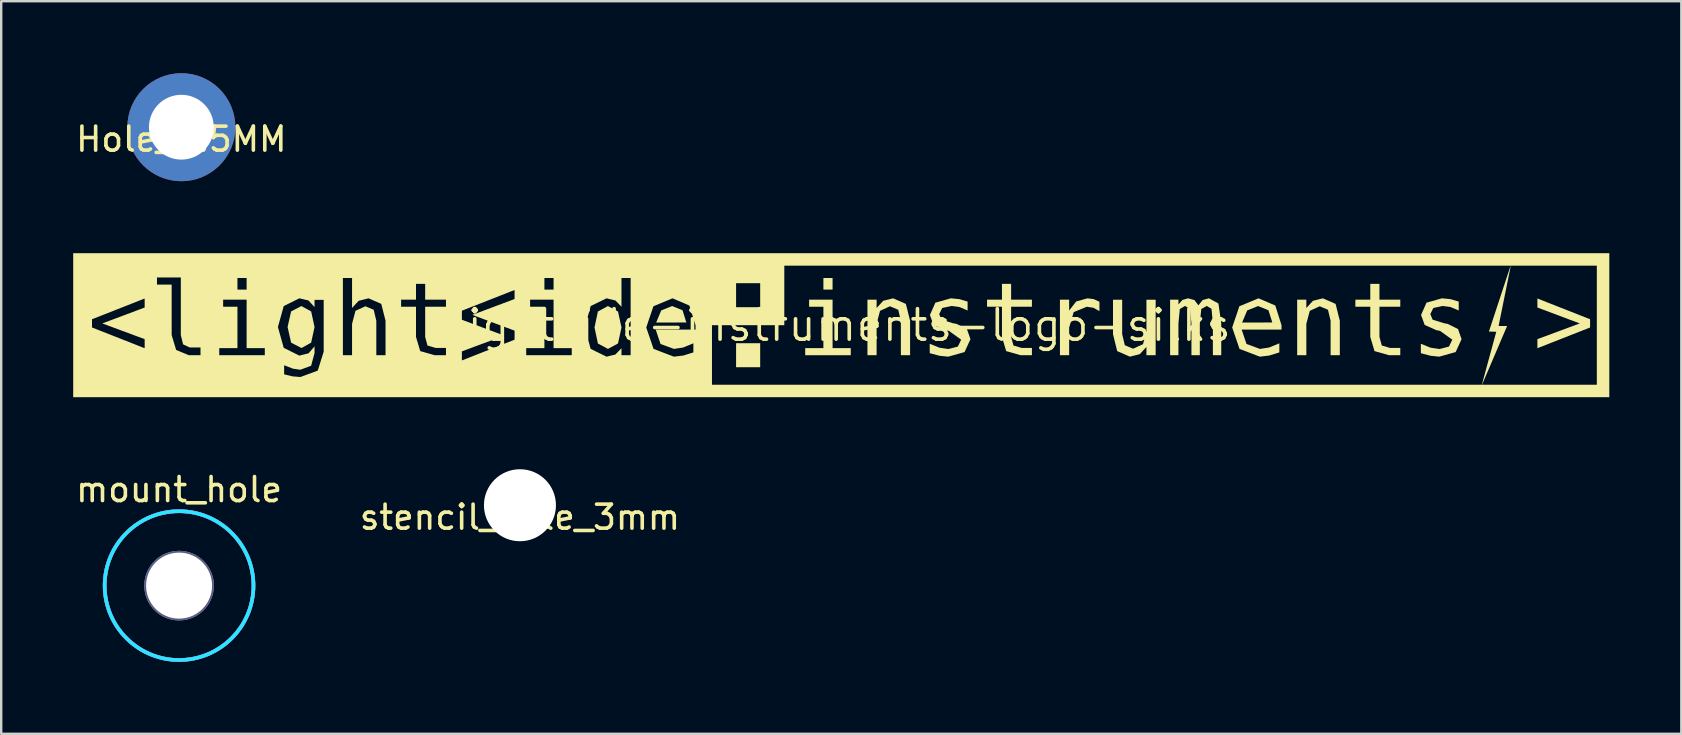
<source format=kicad_pcb>
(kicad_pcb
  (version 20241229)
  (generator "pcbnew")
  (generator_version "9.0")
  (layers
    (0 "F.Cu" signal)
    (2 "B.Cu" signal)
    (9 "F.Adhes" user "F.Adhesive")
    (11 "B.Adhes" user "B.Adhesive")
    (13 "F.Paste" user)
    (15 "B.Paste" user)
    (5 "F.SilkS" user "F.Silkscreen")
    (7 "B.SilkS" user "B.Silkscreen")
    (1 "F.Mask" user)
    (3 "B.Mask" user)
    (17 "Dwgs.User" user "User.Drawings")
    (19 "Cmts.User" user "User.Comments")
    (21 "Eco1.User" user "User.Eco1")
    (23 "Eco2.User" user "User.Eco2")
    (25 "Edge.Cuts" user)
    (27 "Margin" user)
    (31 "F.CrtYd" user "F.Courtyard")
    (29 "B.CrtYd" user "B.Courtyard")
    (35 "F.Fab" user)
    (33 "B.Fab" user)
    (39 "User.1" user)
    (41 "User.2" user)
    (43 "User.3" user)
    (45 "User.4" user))
  (footprint "lightside-instruments-logo-silks"
    (layer "F.Cu")
    (at 32 10.5)
    (property "Reference" "lightside-instruments-logo-silks" (at 0 0 0) (layer "F.SilkS") (effects (font (size 1.27 1.27) (thickness 0.15))))
    (attr smd)
    (fp_poly (pts (xy -4.382 0.75) (xy -4.382 1.75) (xy -3.378 1.75) (xy -3.378 0.75) (xy -4.382 0.75)) (stroke (width 0) (type solid)) (fill yes) (layer "F.SilkS"))
    (fp_poly (pts (xy -0.744 -1.967) (xy -0.744 -1.485) (xy -0.362 -1.485) (xy -0.362 -1.967) (xy -0.744 -1.967)) (stroke (width 0) (type solid)) (fill yes) (layer "F.SilkS"))
    (fp_poly (pts (xy -7.045 -0.799) (xy -7.5 -0.617) (xy -7.712 -0.112) (xy -6.454 -0.114) (xy -6.613 -0.623) (xy -7.045 -0.799)) (stroke (width 0) (type solid)) (fill yes) (layer "F.SilkS"))
    (fp_poly (pts (xy 29.004 -1.113) (xy 29.004 -0.737) (xy 30.769 -0.075) (xy 29.004 0.58) (xy 29.004 0.958) (xy 31.199 0.094) (xy 31.199 -0.249) (xy 29.004 -1.113)) (stroke (width 0) (type solid)) (fill yes) (layer "F.SilkS"))
    (fp_poly (pts (xy -22.494 -0.799) (xy -22.921 -0.575) (xy -23.068 0.074) (xy -22.921 0.727) (xy -22.489 0.95) (xy -22.086 0.725) (xy -21.945 0.074) (xy -22.086 -0.575) (xy -22.494 -0.799)) (stroke (width 0) (type solid)) (fill yes) (layer "F.SilkS"))
    (fp_poly (pts (xy -9.721 -0.799) (xy -10.139 -0.573) (xy -10.28 0.094) (xy -10.139 0.762) (xy -9.721 0.987) (xy -9.302 0.76) (xy -9.156 0.094) (xy -9.302 -0.571) (xy -9.721 -0.799)) (stroke (width 0) (type solid)) (fill yes) (layer "F.SilkS"))
    (fp_poly (pts (xy -1.34 -1.065) (xy -1.34 -0.77) (xy -0.744 -0.77) (xy -0.744 0.954) (xy -1.502 0.954) (xy -1.502 1.25) (xy 0.396 1.25) (xy 0.396 0.954) (xy -0.362 0.954) (xy -0.362 -1.065) (xy -1.34 -1.065)) (stroke (width 0) (type solid)) (fill yes) (layer "F.SilkS"))
    (fp_poly (pts (xy 10.259 -1.121) (xy 9.788 -0.989) (xy 9.495 -0.613) (xy 9.495 -1.065) (xy 9.111 -1.065) (xy 9.111 1.25) (xy 9.495 1.25) (xy 9.495 0.098) (xy 9.684 -0.546) (xy 10.23 -0.77) (xy 10.508 -0.726) (xy 10.757 -0.588) (xy 10.757 -0.976) (xy 10.523 -1.086) (xy 10.259 -1.121)) (stroke (width 0) (type solid)) (fill yes) (layer "F.SilkS"))
    (fp_poly (pts (xy 2.162 -1.121) (xy 1.749 -1.018) (xy 1.473 -0.718) (xy 1.473 -1.065) (xy 1.091 -1.065) (xy 1.091 1.25) (xy 1.473 1.25) (xy 1.473 -0.059) (xy 1.616 -0.6) (xy 2.029 -0.79) (xy 2.374 -0.644) (xy 2.484 -0.185) (xy 2.484 1.25) (xy 2.868 1.25) (xy 2.868 -0.185) (xy 2.692 -0.888) (xy 2.162 -1.121)) (stroke (width 0) (type solid)) (fill yes) (layer "F.SilkS"))
    (fp_poly (pts (xy 11.322 -1.061) (xy 11.322 0.373) (xy 11.496 1.078) (xy 12.028 1.31) (xy 12.437 1.206) (xy 12.715 0.903) (xy 12.715 1.25) (xy 13.099 1.25) (xy 13.099 -1.061) (xy 12.715 -1.061) (xy 12.715 0.247) (xy 12.572 0.791) (xy 12.159 0.979) (xy 11.814 0.832) (xy 11.704 0.373) (xy 11.704 -1.061) (xy 11.322 -1.061)) (stroke (width 0) (type solid)) (fill yes) (layer "F.SilkS"))
    (fp_poly (pts (xy 20.066 -1.121) (xy 19.654 -1.018) (xy 19.377 -0.718) (xy 19.377 -1.065) (xy 18.995 -1.065) (xy 18.995 1.25) (xy 19.377 1.25) (xy 19.377 -0.059) (xy 19.521 -0.6) (xy 19.934 -0.79) (xy 20.278 -0.644) (xy 20.388 -0.185) (xy 20.388 1.25) (xy 20.772 1.25) (xy 20.772 -0.185) (xy 20.596 -0.888) (xy 20.066 -1.121)) (stroke (width 0) (type solid)) (fill yes) (layer "F.SilkS"))
    (fp_poly (pts (xy 6.695 -1.723) (xy 6.695 -1.065) (xy 6.074 -1.065) (xy 6.074 -0.77) (xy 6.695 -0.77) (xy 6.695 0.487) (xy 6.871 1.078) (xy 7.477 1.25) (xy 7.944 1.25) (xy 7.944 0.946) (xy 7.515 0.946) (xy 7.174 0.845) (xy 7.077 0.487) (xy 7.077 -0.77) (xy 7.944 -0.77) (xy 7.944 -1.065) (xy 7.077 -1.065) (xy 7.077 -1.723) (xy 6.695 -1.723)) (stroke (width 0) (type solid)) (fill yes) (layer "F.SilkS"))
    (fp_poly (pts (xy 22.041 -1.723) (xy 22.041 -1.065) (xy 21.42 -1.065) (xy 21.42 -0.77) (xy 22.041 -0.77) (xy 22.041 0.487) (xy 22.217 1.078) (xy 22.823 1.25) (xy 23.291 1.25) (xy 23.291 0.946) (xy 22.861 0.946) (xy 22.521 0.845) (xy 22.423 0.487) (xy 22.423 -0.77) (xy 23.291 -0.77) (xy 23.291 -1.065) (xy 22.423 -1.065) (xy 22.423 -1.723) (xy 22.041 -1.723)) (stroke (width 0) (type solid)) (fill yes) (layer "F.SilkS"))
    (fp_poly (pts (xy 17.384 -1.121) (xy 17.367 -0.799) (xy 17.799 -0.623) (xy 17.959 -0.114) (xy 16.701 -0.112) (xy 16.913 -0.617) (xy 17.367 -0.799) (xy 17.384 -1.121) (xy 16.587 -0.79) (xy 16.288 0.094) (xy 16.593 0.987) (xy 17.44 1.31) (xy 17.83 1.264) (xy 18.252 1.132) (xy 18.252 0.754) (xy 17.826 0.929) (xy 17.444 0.987) (xy 16.884 0.781) (xy 16.687 0.196) (xy 16.687 0.183) (xy 18.342 0.183) (xy 18.342 -0.003) (xy 18.084 -0.821) (xy 17.384 -1.121)) (stroke (width 0) (type solid)) (fill yes) (layer "F.SilkS"))
    (fp_poly (pts (xy 14.453 -1.121) (xy 14.218 -1.055) (xy 14.048 -0.867) (xy 14.048 -1.065) (xy 13.701 -1.065) (xy 13.701 1.25) (xy 14.048 1.25) (xy 14.048 -0.075) (xy 14.106 -0.675) (xy 14.318 -0.803) (xy 14.53 -0.687) (xy 14.59 -0.075) (xy 14.59 1.25) (xy 14.939 1.25) (xy 14.939 -0.075) (xy 14.999 -0.675) (xy 15.227 -0.803) (xy 15.426 -0.683) (xy 15.483 -0.075) (xy 15.483 1.25) (xy 15.832 1.25) (xy 15.832 -0.092) (xy 15.715 -0.904) (xy 15.321 -1.121) (xy 15.057 -1.049) (xy 14.879 -0.83) (xy 14.714 -1.049) (xy 14.453 -1.121)) (stroke (width 0) (type solid)) (fill yes) (layer "F.SilkS"))
    (fp_poly (pts (xy 4.567 -1.121) (xy 3.921 -0.939) (xy 3.694 -0.427) (xy 3.846 -0.011) (xy 4.328 0.204) (xy 4.471 0.233) (xy 4.488 0.237) (xy 4.996 0.603) (xy 4.857 0.89) (xy 4.465 0.991) (xy 4.095 0.938) (xy 3.686 0.772) (xy 3.686 1.165) (xy 4.095 1.273) (xy 4.457 1.31) (xy 5.138 1.118) (xy 5.383 0.58) (xy 5.235 0.16) (xy 4.805 -0.055) (xy 4.651 -0.083) (xy 4.176 -0.232) (xy 4.081 -0.464) (xy 4.207 -0.718) (xy 4.596 -0.803) (xy 4.934 -0.755) (xy 5.264 -0.613) (xy 5.264 -0.985) (xy 4.926 -1.086) (xy 4.567 -1.121) (xy 4.567 -1.121)) (stroke (width 0) (type solid)) (fill yes) (layer "F.SilkS"))
    (fp_poly (pts (xy 25.028 -1.121) (xy 24.383 -0.939) (xy 24.157 -0.427) (xy 24.308 -0.011) (xy 24.79 0.204) (xy 24.933 0.233) (xy 24.949 0.237) (xy 25.458 0.603) (xy 25.319 0.89) (xy 24.927 0.991) (xy 24.557 0.938) (xy 24.148 0.772) (xy 24.148 1.165) (xy 24.557 1.273) (xy 24.918 1.31) (xy 25.599 1.118) (xy 25.844 0.58) (xy 25.697 0.16) (xy 25.267 -0.055) (xy 25.114 -0.083) (xy 24.638 -0.232) (xy 24.543 -0.464) (xy 24.669 -0.718) (xy 25.057 -0.803) (xy 25.396 -0.755) (xy 25.726 -0.613) (xy 25.726 -0.985) (xy 25.388 -1.086) (xy 25.028 -1.121) (xy 25.028 -1.121)) (stroke (width 0) (type solid)) (fill yes) (layer "F.SilkS"))
    (fp_poly (pts (xy 27.855 -2.379) (xy 27.716 -1.959) (xy 27.292 -0.672) (xy 27.183 -0.342) (xy 26.988 0.252) (xy 26.985 0.264) (xy 27.138 0.267) (xy 27.29 0.274) (xy 26.825 1.981) (xy 26.74 2.295) (xy 26.686 2.495) (xy 26.687 2.5) (xy 26.743 2.374) (xy 26.863 2.091) (xy 26.994 1.786) (xy 27.123 1.484) (xy 27.304 1.059) (xy 27.484 0.635) (xy 27.614 0.332) (xy 27.71 0.106) (xy 27.741 0.033) (xy 27.565 0.033) (xy 27.388 0.031) (xy 27.399 -0.022) (xy 27.448 -0.27) (xy 27.525 -0.648) (xy 27.597 -1.006) (xy 27.706 -1.544) (xy 27.815 -2.081) (xy 27.875 -2.378) (xy 27.898 -2.5) (xy 27.855 -2.378) (xy 27.855 -2.379)) (stroke (width 0.000106) (type solid)) (fill yes) (layer "F.SilkS"))
    (fp_poly (pts (xy -32 -3) (xy -2.373 -2.48) (xy 31.48 -2.48) (xy 31.48 2.48) (xy -5.387 2.48) (xy -5.387 -0.000258) (xy -2.373 -0.000258) (xy -2.373 -2.48) (xy -32 -3) (xy -28.51 -1.989) (xy -27.516 -1.989) (xy -27.516 0.411) (xy -27.422 0.797) (xy -27.142 0.927) (xy -26.696 0.927) (xy -26.696 1.25) (xy -27.179 1.25) (xy -27.711 1.031) (xy -27.898 0.411) (xy -27.898 -1.692) (xy -28.51 -1.692) (xy -28.51 -1.989) (xy -32 -3) (xy -25.157 -1.967) (xy -24.775 -1.967) (xy -24.775 -1.485) (xy -25.157 -1.485) (xy -25.157 -1.967) (xy -32 -3) (xy -20.764 -1.967) (xy -20.382 -1.967) (xy -20.382 -0.718) (xy -20.106 -1.018) (xy -19.693 -1.121) (xy -19.164 -0.888) (xy -18.987 -0.185) (xy -18.987 1.25) (xy -19.371 1.25) (xy -19.371 -0.185) (xy -19.481 -0.644) (xy -19.826 -0.79) (xy -20.239 -0.6) (xy -20.382 -0.059) (xy -20.382 1.25) (xy -20.764 1.25) (xy -20.764 -1.967) (xy -32 -3) (xy -12.368 -1.967) (xy -11.986 -1.967) (xy -11.986 -1.485) (xy -12.368 -1.485) (xy -12.368 -1.967) (xy -32 -3) (xy -9.157 -1.967) (xy -8.775 -1.967) (xy -8.775 1.25) (xy -9.157 1.25) (xy -9.157 0.958) (xy -9.412 1.221) (xy -9.778 1.31) (xy -10.442 0.985) (xy -10.683 0.086) (xy -10.44 -0.799) (xy -9.778 -1.121) (xy -9.408 -1.03) (xy -9.157 -0.77) (xy -9.157 -1.967) (xy -32 -3) (xy -3.378 -1.75) (xy -3.378 -0.75) (xy -4.382 -0.75) (xy -4.382 -1.75) (xy -3.378 -1.75) (xy -32 -3) (xy -17.336 -1.723) (xy -17.336 -1.065) (xy -16.469 -1.065) (xy -16.469 -0.77) (xy -17.336 -0.77) (xy -17.336 0.487) (xy -17.239 0.845) (xy -16.899 0.946) (xy -16.469 0.946) (xy -16.469 1.25) (xy -16.936 1.25) (xy -17.542 1.078) (xy -17.718 0.487) (xy -17.718 -0.77) (xy -18.339 -0.77) (xy -18.339 -1.065) (xy -17.718 -1.065) (xy -17.718 -1.723) (xy -17.336 -1.723) (xy -32 -3) (xy -13.611 -1.468) (xy -13.611 -1.092) (xy -15.37 -0.432) (xy -15.181 -0.358) (xy -13.611 0.225) (xy -13.611 0.26) (xy -13.611 0.603) (xy -15.806 1.467) (xy -15.806 1.089) (xy -14.042 0.434) (xy -14.053 0.429) (xy -15.806 -0.228) (xy -15.806 -0.261) (xy -15.806 -0.604) (xy -13.611 -1.468) (xy -32 -3) (xy -29.023 -1.113) (xy -29.023 -0.737) (xy -30.787 -0.075) (xy -29.023 0.58) (xy -29.023 0.958) (xy -31.217 0.094) (xy -31.217 -0.249) (xy -29.023 -1.113) (xy -32 -3) (xy -32 3) (xy -22.537 2.159) (xy -22.867 2.13) (xy -23.212 2.046) (xy -23.212 1.669) (xy -22.843 1.81) (xy -22.537 1.855) (xy -22.087 1.688) (xy -21.945 1.157) (xy -21.945 1.14) (xy -21.945 0.882) (xy -22.195 1.171) (xy -22.578 1.266) (xy -23.229 0.942) (xy -23.471 0.074) (xy -23.229 -0.797) (xy -22.578 -1.121) (xy -22.199 -1.032) (xy -21.945 -0.757) (xy -21.945 -1.057) (xy -21.564 -1.057) (xy -21.564 1.101) (xy -21.811 1.891) (xy -22.537 2.159) (xy -32 3) (xy -6.973 1.31) (xy -7.82 0.987) (xy -8.125 0.094) (xy -7.826 -0.79) (xy -7.029 -1.121) (xy -6.329 -0.821) (xy -6.071 -0.003) (xy -6.071 0.183) (xy -7.726 0.183) (xy -7.726 0.196) (xy -7.529 0.781) (xy -6.969 0.987) (xy -6.587 0.929) (xy -6.161 0.754) (xy -6.161 1.132) (xy -6.583 1.264) (xy -6.973 1.31) (xy -32 3) (xy -24.017 1.25) (xy -25.915 1.25) (xy -25.915 0.954) (xy -25.157 0.954) (xy -25.157 -0.77) (xy -25.753 -0.77) (xy -25.753 -1.065) (xy -24.775 -1.065) (xy -24.775 0.954) (xy -24.017 0.954) (xy -24.017 1.25) (xy -32 3) (xy -11.229 1.25) (xy -13.126 1.25) (xy -13.126 0.954) (xy -12.368 0.954) (xy -12.368 -0.77) (xy -12.964 -0.77) (xy -12.964 -1.065) (xy -11.986 -1.065) (xy -11.986 0.954) (xy -11.229 0.954) (xy -11.229 1.25) (xy -32 3) (xy 32 3) (xy 32 -3) (xy -32 -3)) (stroke (width 0) (type solid)) (fill yes) (layer "F.SilkS")))
  (footprint "stencil_hole_3mm"
    (layer "F.Cu")
    (at 18.613 18)
    (property "Reference" "stencil_hole_3mm" (at 0 0.5 0) (layer "F.SilkS") (effects (font (size 1 1) (thickness 0.15))))
    (attr through_hole)
    (pad "" np_thru_hole circle (at 0 0) (size 3 3) (drill 3) (layers "*.Cu" "*.Mask")))
  (footprint "Hole_2.5MM"
    (layer "F.Cu")
    (at 4.506 2.25)
    (property "Reference" "Hole_2.5MM" (at 0 0.5 0) (layer "F.SilkS") (effects (font (size 1 1) (thickness 0.15))))
    (attr through_hole)
    (pad "1" thru_hole circle (at 0 0) (size 4.5 4.5) (drill 2.7) (layers "*.Cu" "*.Mask")))
  (footprint "mount_hole"
    (layer "F.Cu")
    (at 4.411 21.349)
    (property "Reference" "mount_hole" (at 0 -4 0) (layer "F.SilkS") (effects (font (size 1 1) (thickness 0.15))))
    (attr through_hole)
    (fp_circle (center 0 0) (end 3.1 0) (stroke (width 0.15) (type solid)) (fill no) (layer "B.CrtYd"))
    (fp_circle (center 0 0) (end 3.1 0) (stroke (width 0.15) (type solid)) (fill no) (layer "F.CrtYd"))
    (fp_circle (center 0 0) (end 1.375 0) (stroke (width 0.15) (type solid)) (fill no) (layer "B.Fab"))
    (fp_circle (center 0 0) (end 3.1 0) (stroke (width 0.15) (type solid)) (fill no) (layer "B.Fab"))
    (fp_circle (center 0 0) (end 1.375 0) (stroke (width 0.15) (type solid)) (fill no) (layer "F.Fab"))
    (fp_circle (center 0 0) (end 3.1 0) (stroke (width 0.15) (type solid)) (fill no) (layer "F.Fab"))
    (pad "" np_thru_hole circle (at 0 0) (size 2.75 2.75) (drill 2.75) (layers "*.Cu" "*.Mask")))
  (gr_rect
    (start -3 -3)
    (end 67 27.524)
    (stroke (width 0.1) (type default))
    (fill no)
    (layer "Edge.Cuts")))
</source>
